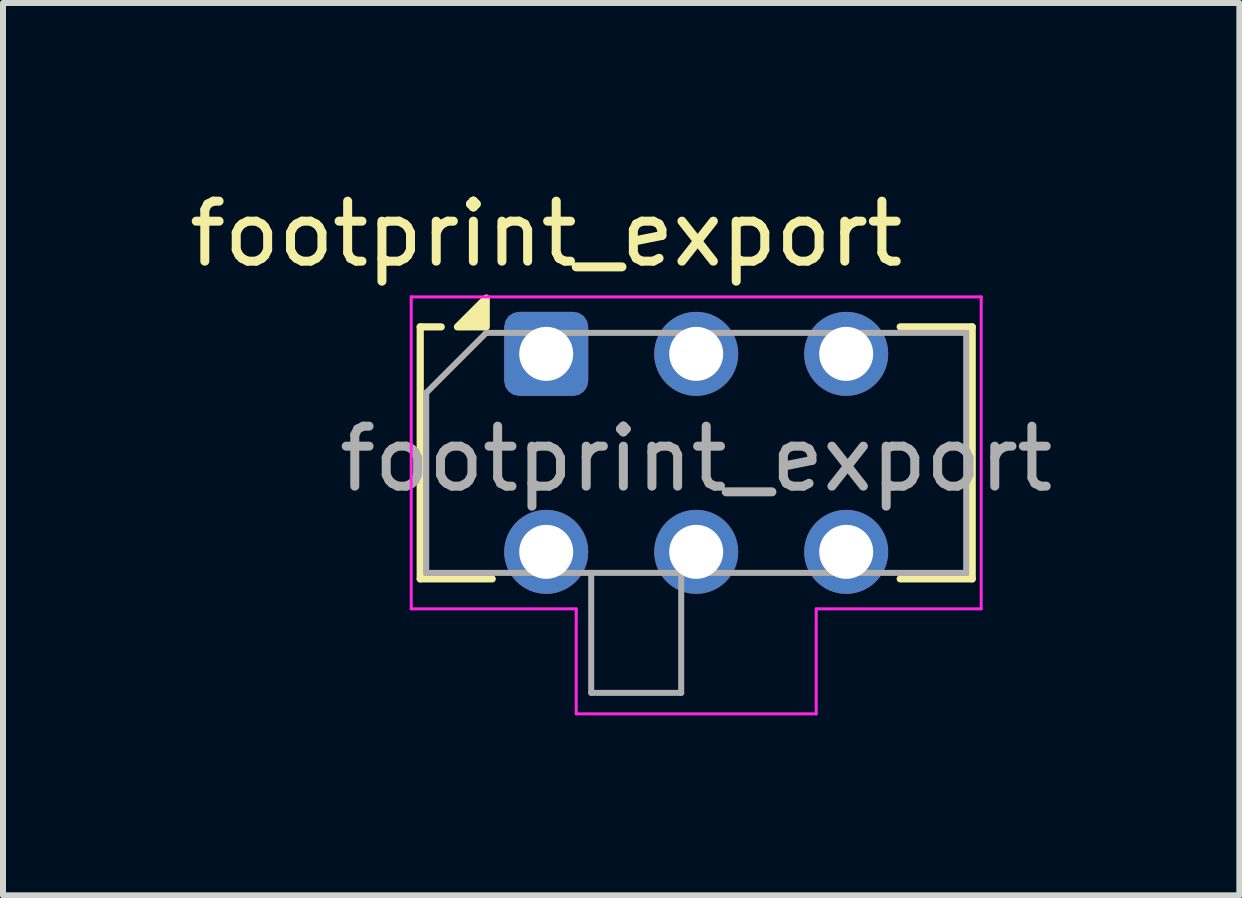
<source format=kicad_pcb>
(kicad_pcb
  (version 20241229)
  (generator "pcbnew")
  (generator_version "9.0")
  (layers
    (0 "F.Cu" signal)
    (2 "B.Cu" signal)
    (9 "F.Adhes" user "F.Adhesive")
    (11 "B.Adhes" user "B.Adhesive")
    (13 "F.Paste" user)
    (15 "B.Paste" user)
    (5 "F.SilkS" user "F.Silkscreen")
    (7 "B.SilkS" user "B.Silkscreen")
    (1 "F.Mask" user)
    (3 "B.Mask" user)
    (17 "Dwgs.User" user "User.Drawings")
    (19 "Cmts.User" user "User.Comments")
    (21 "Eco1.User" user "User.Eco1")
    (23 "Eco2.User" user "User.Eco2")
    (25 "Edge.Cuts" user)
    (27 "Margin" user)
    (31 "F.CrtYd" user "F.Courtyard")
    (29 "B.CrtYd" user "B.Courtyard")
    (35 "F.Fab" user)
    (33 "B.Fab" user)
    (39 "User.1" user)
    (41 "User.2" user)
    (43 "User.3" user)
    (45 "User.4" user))
  (footprint "footprint_export"
    (layer "F.Cu")
    (at 6.054 2.848)
    (property "Reference" "footprint_export" (at 0 -2 0) (layer "F.SilkS") (effects (font (size 1 1) (thickness 0.15))))
    (attr through_hole)
    (fp_line (start -2.1 -0.45) (end -2.1 3.75) (stroke (width 0.12) (type solid)) (layer "F.SilkS"))
    (fp_line (start -2.1 3.75) (end -0.9 3.75) (stroke (width 0.12) (type solid)) (layer "F.SilkS"))
    (fp_line (start -1.75 -0.45) (end -2.1 -0.45) (stroke (width 0.12) (type solid)) (layer "F.SilkS"))
    (fp_line (start 5.9 -0.45) (end 7.1 -0.45) (stroke (width 0.12) (type solid)) (layer "F.SilkS"))
    (fp_line (start 7.1 -0.45) (end 7.1 3.75) (stroke (width 0.12) (type solid)) (layer "F.SilkS"))
    (fp_line (start 7.1 3.75) (end 5.9 3.75) (stroke (width 0.12) (type solid)) (layer "F.SilkS"))
    (fp_poly (pts (xy -1 -0.45) (xy -1.48 -0.45) (xy -1 -0.93) (xy -1 -0.45)) (stroke (width 0.12) (type solid)) (fill yes) (layer "F.SilkS"))
    (fp_line (start -2.25 -0.95) (end 7.25 -0.95) (stroke (width 0.05) (type solid)) (layer "F.CrtYd"))
    (fp_line (start -2.25 4.25) (end -2.25 -0.95) (stroke (width 0.05) (type solid)) (layer "F.CrtYd"))
    (fp_line (start 0.5 4.25) (end -2.25 4.25) (stroke (width 0.05) (type solid)) (layer "F.CrtYd"))
    (fp_line (start 0.5 4.25) (end 0.5 6) (stroke (width 0.05) (type solid)) (layer "F.CrtYd"))
    (fp_line (start 4.5 6) (end 0.5 6) (stroke (width 0.05) (type solid)) (layer "F.CrtYd"))
    (fp_line (start 4.5 6) (end 4.5 4.25) (stroke (width 0.05) (type solid)) (layer "F.CrtYd"))
    (fp_line (start 7.25 -0.95) (end 7.25 4.25) (stroke (width 0.05) (type solid)) (layer "F.CrtYd"))
    (fp_line (start 7.25 4.25) (end 4.5 4.25) (stroke (width 0.05) (type solid)) (layer "F.CrtYd"))
    (fp_line (start -2 3.65) (end -2 0.65) (stroke (width 0.1) (type solid)) (layer "F.Fab"))
    (fp_line (start -1 -0.35) (end -2 0.65) (stroke (width 0.1) (type solid)) (layer "F.Fab"))
    (fp_line (start -1 -0.35) (end 7 -0.35) (stroke (width 0.1) (type solid)) (layer "F.Fab"))
    (fp_line (start 0.75 3.65) (end 0.75 5.65) (stroke (width 0.1) (type solid)) (layer "F.Fab"))
    (fp_line (start 0.75 5.65) (end 2.25 5.65) (stroke (width 0.1) (type solid)) (layer "F.Fab"))
    (fp_line (start 2.25 5.65) (end 2.25 3.65) (stroke (width 0.1) (type solid)) (layer "F.Fab"))
    (fp_line (start 7 -0.35) (end 7 3.65) (stroke (width 0.1) (type solid)) (layer "F.Fab"))
    (fp_line (start 7 3.65) (end -2 3.65) (stroke (width 0.1) (type solid)) (layer "F.Fab"))
    (fp_text user "${REFERENCE}" (at 2.5 1.75 0) (layer "F.Fab") (effects (font (size 1 1) (thickness 0.15))))
    (pad "1" thru_hole roundrect (at 0 0) (size 1.4 1.4) (drill 0.9) (layers "*.Cu" "*.Mask") (roundrect_rratio 0.179))
    (pad "2" thru_hole circle (at 2.5 0) (size 1.4 1.4) (drill 0.9) (layers "*.Cu" "*.Mask"))
    (pad "3" thru_hole circle (at 5 0) (size 1.4 1.4) (drill 0.9) (layers "*.Cu" "*.Mask"))
    (pad "4" thru_hole circle (at 5 3.3) (size 1.4 1.4) (drill 0.9) (layers "*.Cu" "*.Mask"))
    (pad "5" thru_hole circle (at 2.5 3.3) (size 1.4 1.4) (drill 0.9) (layers "*.Cu" "*.Mask"))
    (pad "6" thru_hole circle (at 0 3.3) (size 1.4 1.4) (drill 0.9) (layers "*.Cu" "*.Mask")))
  (gr_rect
    (start -3 -3)
    (end 17.607 11.873)
    (stroke (width 0.1) (type default))
    (fill no)
    (layer "Edge.Cuts")))
</source>
